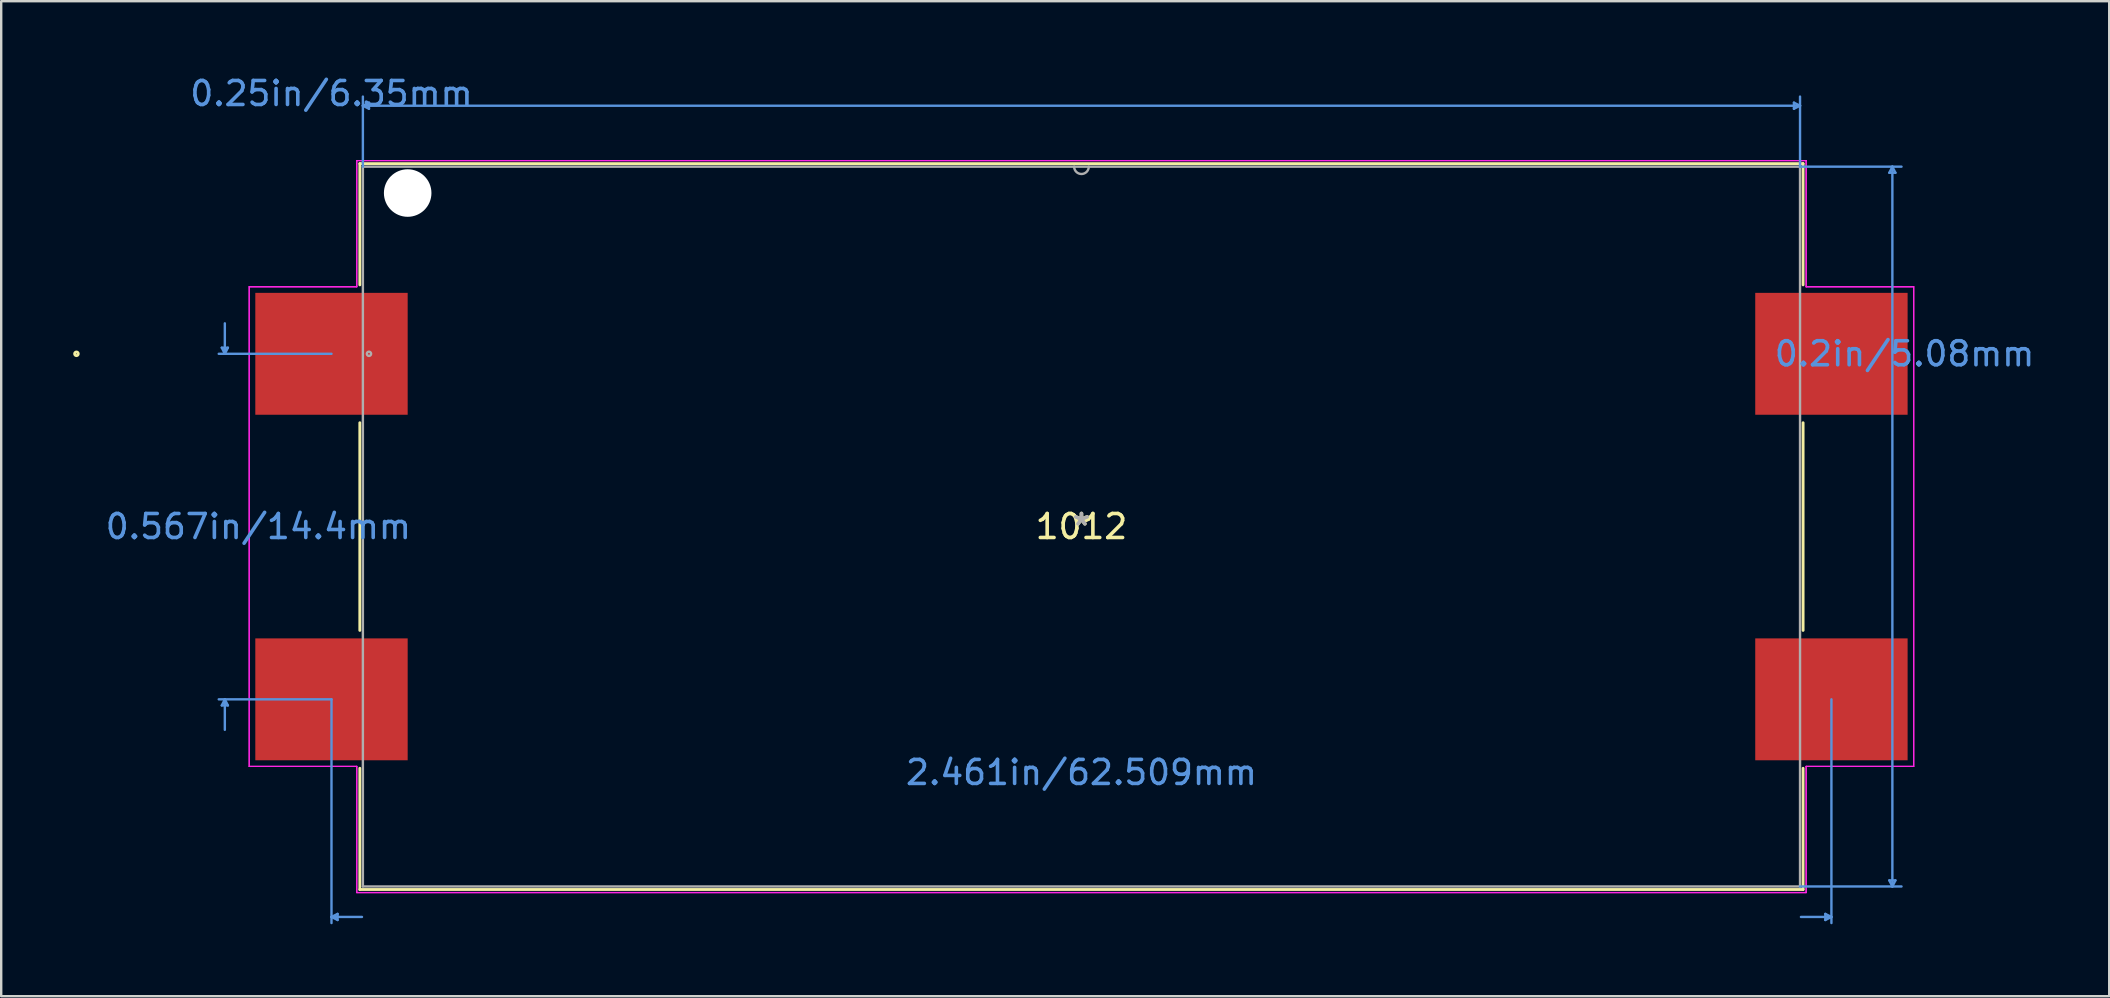
<source format=kicad_pcb>
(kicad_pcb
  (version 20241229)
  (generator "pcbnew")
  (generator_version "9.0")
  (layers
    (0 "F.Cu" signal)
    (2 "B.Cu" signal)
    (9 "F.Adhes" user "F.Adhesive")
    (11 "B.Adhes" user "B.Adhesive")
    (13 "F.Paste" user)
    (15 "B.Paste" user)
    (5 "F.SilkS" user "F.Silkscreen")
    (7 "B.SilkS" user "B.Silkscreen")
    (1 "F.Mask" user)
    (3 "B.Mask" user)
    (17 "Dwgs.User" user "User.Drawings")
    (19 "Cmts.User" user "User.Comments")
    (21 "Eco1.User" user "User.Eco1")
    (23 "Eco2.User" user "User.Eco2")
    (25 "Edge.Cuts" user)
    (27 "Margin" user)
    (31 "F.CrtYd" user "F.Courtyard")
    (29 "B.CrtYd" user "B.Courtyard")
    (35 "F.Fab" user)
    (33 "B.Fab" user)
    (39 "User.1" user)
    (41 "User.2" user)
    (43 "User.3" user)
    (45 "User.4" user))
  (footprint "1012"
    (layer "F.Cu")
    (at 42.02 18.895)
    (property "Reference" "1012" (at 0 0 0) (layer "F.SilkS") (effects (font (size 1 1) (thickness 0.15))))
    (attr through_hole)
    (fp_line (start -30.074 -15.126) (end -30.074 -10.073) (stroke (width 0.12) (type solid)) (layer "F.SilkS"))
    (fp_line (start -30.074 -4.327) (end -30.074 4.327) (stroke (width 0.12) (type solid)) (layer "F.SilkS"))
    (fp_line (start -30.074 10.073) (end -30.074 15.126) (stroke (width 0.12) (type solid)) (layer "F.SilkS"))
    (fp_line (start -30.074 15.126) (end 30.074 15.126) (stroke (width 0.12) (type solid)) (layer "F.SilkS"))
    (fp_line (start 30.074 -15.126) (end -30.074 -15.126) (stroke (width 0.12) (type solid)) (layer "F.SilkS"))
    (fp_line (start 30.074 -10.073) (end 30.074 -15.126) (stroke (width 0.12) (type solid)) (layer "F.SilkS"))
    (fp_line (start 30.074 4.327) (end 30.074 -4.327) (stroke (width 0.12) (type solid)) (layer "F.SilkS"))
    (fp_line (start 30.074 15.126) (end 30.074 10.073) (stroke (width 0.12) (type solid)) (layer "F.SilkS"))
    (fp_circle (center -41.884 -7.2) (end -41.808 -7.2) (stroke (width 0.12) (type solid)) (fill no) (layer "F.SilkS"))
    (fp_line (start -35.827 -7.454) (end -35.7 -7.2) (stroke (width 0.1) (type solid)) (layer "Cmts.User"))
    (fp_line (start -35.827 7.454) (end -35.7 7.2) (stroke (width 0.1) (type solid)) (layer "Cmts.User"))
    (fp_line (start -35.7 -7.2) (end -35.7 -8.47) (stroke (width 0.1) (type solid)) (layer "Cmts.User"))
    (fp_line (start -35.7 -7.2) (end -35.573 -7.454) (stroke (width 0.1) (type solid)) (layer "Cmts.User"))
    (fp_line (start -35.7 7.2) (end -35.7 8.47) (stroke (width 0.1) (type solid)) (layer "Cmts.User"))
    (fp_line (start -35.7 7.2) (end -35.573 7.454) (stroke (width 0.1) (type solid)) (layer "Cmts.User"))
    (fp_line (start -35.573 -7.454) (end -35.827 -7.454) (stroke (width 0.1) (type solid)) (layer "Cmts.User"))
    (fp_line (start -35.573 7.454) (end -35.827 7.454) (stroke (width 0.1) (type solid)) (layer "Cmts.User"))
    (fp_line (start -31.255 -7.2) (end -35.954 -7.2) (stroke (width 0.1) (type solid)) (layer "Cmts.User"))
    (fp_line (start -31.255 7.2) (end -35.954 7.2) (stroke (width 0.1) (type solid)) (layer "Cmts.User"))
    (fp_line (start -31.255 7.2) (end -31.255 16.523) (stroke (width 0.1) (type solid)) (layer "Cmts.User"))
    (fp_line (start -31.255 16.269) (end -31.001 16.396) (stroke (width 0.1) (type solid)) (layer "Cmts.User"))
    (fp_line (start -31.255 16.269) (end -29.985 16.269) (stroke (width 0.1) (type solid)) (layer "Cmts.User"))
    (fp_line (start -31.001 16.142) (end -31.255 16.269) (stroke (width 0.1) (type solid)) (layer "Cmts.User"))
    (fp_line (start -31.001 16.396) (end -31.001 16.142) (stroke (width 0.1) (type solid)) (layer "Cmts.User"))
    (fp_line (start -29.947 -17.539) (end -29.693 -17.666) (stroke (width 0.1) (type solid)) (layer "Cmts.User"))
    (fp_line (start -29.947 -17.539) (end -29.693 -17.412) (stroke (width 0.1) (type solid)) (layer "Cmts.User"))
    (fp_line (start -29.947 -17.539) (end 29.947 -17.539) (stroke (width 0.1) (type solid)) (layer "Cmts.User"))
    (fp_line (start -29.947 -14.999) (end -29.947 -17.92) (stroke (width 0.1) (type solid)) (layer "Cmts.User"))
    (fp_line (start -29.693 -17.666) (end -29.693 -17.412) (stroke (width 0.1) (type solid)) (layer "Cmts.User"))
    (fp_line (start 29.693 -17.666) (end 29.693 -17.412) (stroke (width 0.1) (type solid)) (layer "Cmts.User"))
    (fp_line (start 29.947 -17.539) (end 29.693 -17.666) (stroke (width 0.1) (type solid)) (layer "Cmts.User"))
    (fp_line (start 29.947 -17.539) (end 29.693 -17.412) (stroke (width 0.1) (type solid)) (layer "Cmts.User"))
    (fp_line (start 29.947 -14.999) (end 29.947 -17.92) (stroke (width 0.1) (type solid)) (layer "Cmts.User"))
    (fp_line (start 29.947 -14.999) (end 34.176 -14.999) (stroke (width 0.1) (type solid)) (layer "Cmts.User"))
    (fp_line (start 29.947 14.999) (end 34.176 14.999) (stroke (width 0.1) (type solid)) (layer "Cmts.User"))
    (fp_line (start 31.001 16.142) (end 31.255 16.269) (stroke (width 0.1) (type solid)) (layer "Cmts.User"))
    (fp_line (start 31.001 16.396) (end 31.001 16.142) (stroke (width 0.1) (type solid)) (layer "Cmts.User"))
    (fp_line (start 31.255 7.2) (end 31.255 16.523) (stroke (width 0.1) (type solid)) (layer "Cmts.User"))
    (fp_line (start 31.255 16.269) (end 29.985 16.269) (stroke (width 0.1) (type solid)) (layer "Cmts.User"))
    (fp_line (start 31.255 16.269) (end 31.001 16.396) (stroke (width 0.1) (type solid)) (layer "Cmts.User"))
    (fp_line (start 33.668 -14.745) (end 33.922 -14.745) (stroke (width 0.1) (type solid)) (layer "Cmts.User"))
    (fp_line (start 33.668 14.745) (end 33.922 14.745) (stroke (width 0.1) (type solid)) (layer "Cmts.User"))
    (fp_line (start 33.795 -14.999) (end 33.668 -14.745) (stroke (width 0.1) (type solid)) (layer "Cmts.User"))
    (fp_line (start 33.795 -14.999) (end 33.795 14.999) (stroke (width 0.1) (type solid)) (layer "Cmts.User"))
    (fp_line (start 33.795 -14.999) (end 33.922 -14.745) (stroke (width 0.1) (type solid)) (layer "Cmts.User"))
    (fp_line (start 33.795 14.999) (end 33.668 14.745) (stroke (width 0.1) (type solid)) (layer "Cmts.User"))
    (fp_line (start 33.795 14.999) (end 33.922 14.745) (stroke (width 0.1) (type solid)) (layer "Cmts.User"))
    (fp_line (start -34.684 -9.994) (end -30.201 -9.994) (stroke (width 0.05) (type solid)) (layer "F.CrtYd"))
    (fp_line (start -34.684 -9.994) (end -30.201 -9.994) (stroke (width 0.05) (type solid)) (layer "F.CrtYd"))
    (fp_line (start -34.684 9.994) (end -34.684 -9.994) (stroke (width 0.05) (type solid)) (layer "F.CrtYd"))
    (fp_line (start -34.684 9.994) (end -34.684 -9.994) (stroke (width 0.05) (type solid)) (layer "F.CrtYd"))
    (fp_line (start -34.684 9.994) (end -30.201 9.994) (stroke (width 0.05) (type solid)) (layer "F.CrtYd"))
    (fp_line (start -30.201 -15.253) (end 30.201 -15.253) (stroke (width 0.05) (type solid)) (layer "F.CrtYd"))
    (fp_line (start -30.201 -15.253) (end 30.201 -15.253) (stroke (width 0.05) (type solid)) (layer "F.CrtYd"))
    (fp_line (start -30.201 -9.994) (end -30.201 -15.253) (stroke (width 0.05) (type solid)) (layer "F.CrtYd"))
    (fp_line (start -30.201 -9.994) (end -30.201 -15.253) (stroke (width 0.05) (type solid)) (layer "F.CrtYd"))
    (fp_line (start -30.201 9.994) (end -34.684 9.994) (stroke (width 0.05) (type solid)) (layer "F.CrtYd"))
    (fp_line (start -30.201 15.253) (end -30.201 9.994) (stroke (width 0.05) (type solid)) (layer "F.CrtYd"))
    (fp_line (start -30.201 15.253) (end -30.201 9.994) (stroke (width 0.05) (type solid)) (layer "F.CrtYd"))
    (fp_line (start 30.201 -15.253) (end 30.201 -9.994) (stroke (width 0.05) (type solid)) (layer "F.CrtYd"))
    (fp_line (start 30.201 -15.253) (end 30.201 -9.994) (stroke (width 0.05) (type solid)) (layer "F.CrtYd"))
    (fp_line (start 30.201 -9.994) (end 34.684 -9.994) (stroke (width 0.05) (type solid)) (layer "F.CrtYd"))
    (fp_line (start 30.201 9.994) (end 30.201 15.253) (stroke (width 0.05) (type solid)) (layer "F.CrtYd"))
    (fp_line (start 30.201 9.994) (end 30.201 15.253) (stroke (width 0.05) (type solid)) (layer "F.CrtYd"))
    (fp_line (start 30.201 15.253) (end -30.201 15.253) (stroke (width 0.05) (type solid)) (layer "F.CrtYd"))
    (fp_line (start 30.201 15.253) (end -30.201 15.253) (stroke (width 0.05) (type solid)) (layer "F.CrtYd"))
    (fp_line (start 34.684 -9.994) (end 30.201 -9.994) (stroke (width 0.05) (type solid)) (layer "F.CrtYd"))
    (fp_line (start 34.684 -9.994) (end 34.684 9.994) (stroke (width 0.05) (type solid)) (layer "F.CrtYd"))
    (fp_line (start 34.684 -9.994) (end 34.684 9.994) (stroke (width 0.05) (type solid)) (layer "F.CrtYd"))
    (fp_line (start 34.684 9.994) (end 30.201 9.994) (stroke (width 0.05) (type solid)) (layer "F.CrtYd"))
    (fp_line (start 34.684 9.994) (end 30.201 9.994) (stroke (width 0.05) (type solid)) (layer "F.CrtYd"))
    (fp_line (start -29.947 -14.999) (end -29.947 14.999) (stroke (width 0.1) (type solid)) (layer "F.Fab"))
    (fp_line (start -29.947 14.999) (end 29.947 14.999) (stroke (width 0.1) (type solid)) (layer "F.Fab"))
    (fp_line (start 29.947 -14.999) (end -29.947 -14.999) (stroke (width 0.1) (type solid)) (layer "F.Fab"))
    (fp_line (start 29.947 14.999) (end 29.947 -14.999) (stroke (width 0.1) (type solid)) (layer "F.Fab"))
    (fp_arc (start 0.3048 -14.9987) (mid 0 -14.6939) (end -0.3048 -14.9987) (stroke (width 0.1) (type solid)) (layer "F.Fab"))
    (fp_circle (center -29.693 -7.2) (end -29.654 -7.2) (stroke (width 0.1) (type solid)) (fill no) (layer "F.Fab"))
    (fp_text user "*" (at 0 0 0) (layer "F.SilkS") (effects (font (size 1 1) (thickness 0.15))))
    (fp_text user "2.461in/62.509mm" (at 0 10.248 0) (layer "Cmts.User") (effects (font (size 1 1) (thickness 0.15))))
    (fp_text user "0.2in/5.08mm" (at 34.303 -7.2 0) (layer "Cmts.User") (effects (font (size 1 1) (thickness 0.15))))
    (fp_text user "0.567in/14.4mm" (at -34.303 0 0) (layer "Cmts.User") (effects (font (size 1 1) (thickness 0.15))))
    (fp_text user "Copyright 2021 Accelerated Designs. All rights reserved." (at 0 0 0) (layer "Cmts.User") (effects (font (size 0.127 0.127) (thickness 0.002))))
    (fp_text user "0.25in/6.35mm" (at -31.255 -18.047 0) (layer "Cmts.User") (effects (font (size 1 1) (thickness 0.15))))
    (fp_text user "*" (at 0 0 0) (layer "F.Fab") (effects (font (size 1 1) (thickness 0.15))))
    (pad "" np_thru_hole circle (at -28.08 -13.9) (size 1.981 1.981) (drill 1.981) (layers "*.Cu" "*.Mask"))
    (pad "1" smd rect (at -31.255 -7.2) (size 6.35 5.08) (layers "F.Cu" "F.Mask" "F.Paste"))
    (pad "2" smd rect (at 31.255 -7.2) (size 6.35 5.08) (layers "F.Cu" "F.Mask" "F.Paste"))
    (pad "3" smd rect (at -31.255 7.2) (size 6.35 5.08) (layers "F.Cu" "F.Mask" "F.Paste"))
    (pad "4" smd rect (at 31.255 7.2) (size 6.35 5.08) (layers "F.Cu" "F.Mask" "F.Paste")))
  (gr_rect
    (start -3 -3)
    (end 84.852 38.468)
    (stroke (width 0.1) (type default))
    (fill no)
    (layer "Edge.Cuts")))
</source>
